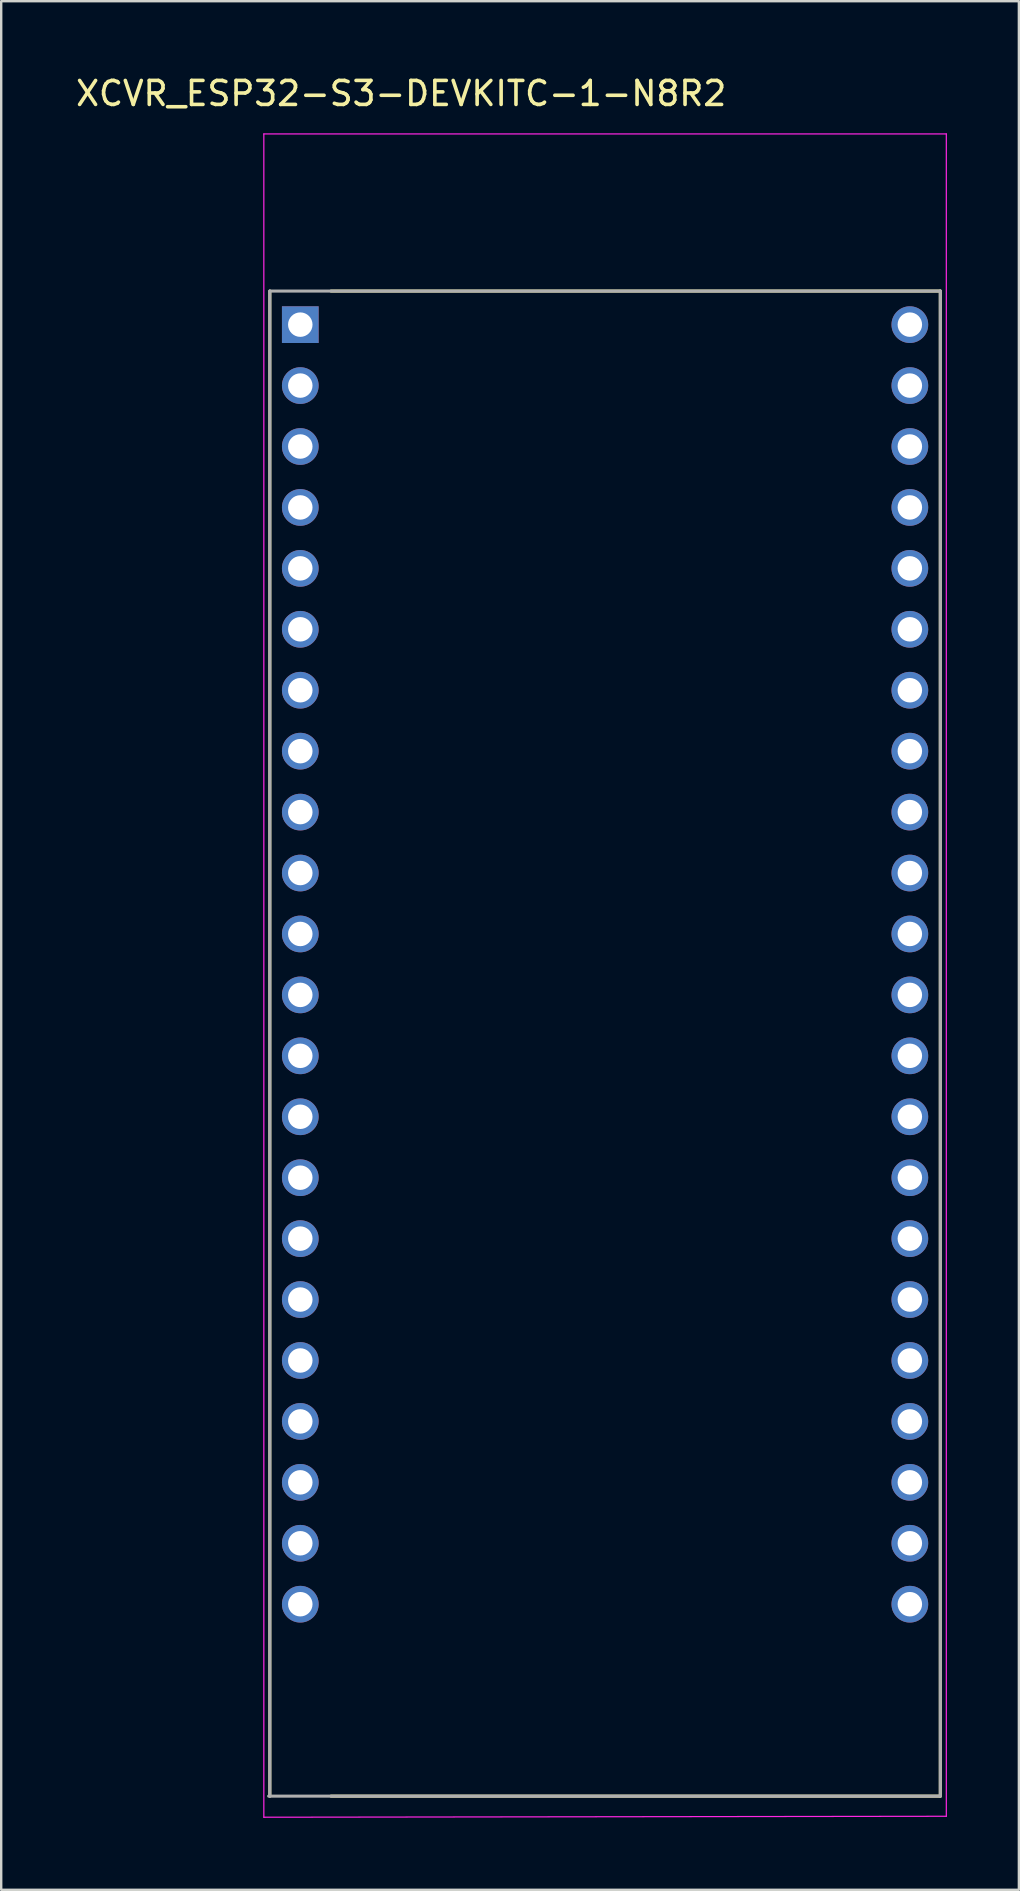
<source format=kicad_pcb>
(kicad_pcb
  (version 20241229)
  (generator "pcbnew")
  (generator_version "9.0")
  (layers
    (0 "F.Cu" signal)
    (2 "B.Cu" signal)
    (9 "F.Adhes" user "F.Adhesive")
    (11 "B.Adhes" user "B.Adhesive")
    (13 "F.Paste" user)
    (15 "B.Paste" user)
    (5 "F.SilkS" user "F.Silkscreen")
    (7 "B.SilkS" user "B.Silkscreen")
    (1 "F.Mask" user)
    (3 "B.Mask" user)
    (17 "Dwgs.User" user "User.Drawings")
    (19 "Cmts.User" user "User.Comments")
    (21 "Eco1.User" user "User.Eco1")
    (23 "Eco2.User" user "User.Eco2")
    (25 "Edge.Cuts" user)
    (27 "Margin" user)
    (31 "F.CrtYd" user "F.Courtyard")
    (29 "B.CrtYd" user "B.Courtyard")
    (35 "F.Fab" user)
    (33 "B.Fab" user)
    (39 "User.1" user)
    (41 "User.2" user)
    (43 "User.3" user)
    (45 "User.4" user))
  (footprint "XCVR_ESP32-S3-DEVKITC-1-N8R2"
    (layer "F.Cu")
    (at 23.448 40.453)
    (property "Reference" "XCVR_ESP32-S3-DEVKITC-1-N8R2" (at -9.775 -39.605 0) (layer "F.SilkS") (effects (font (size 1 1) (thickness 0.15))))
    (attr through_hole)
    (fp_line (start -15.25 31.37) (end -15.25 -31.37) (stroke (width 0.127) (type solid)) (layer "F.SilkS"))
    (fp_line (start -12.7 -31.37) (end 12.7 -31.37) (stroke (width 0.127) (type solid)) (layer "F.SilkS"))
    (fp_line (start 12.7 -31.37) (end 12.7 31.37) (stroke (width 0.127) (type solid)) (layer "F.SilkS"))
    (fp_line (start 12.7 31.37) (end -12.7 31.37) (stroke (width 0.127) (type solid)) (layer "F.SilkS"))
    (fp_circle (center -13.716 -29.972) (end -13.616 -29.972) (stroke (width 0.2) (type solid)) (fill no) (layer "F.SilkS"))
    (fp_line (start -15.5 -37.92) (end -15.5 32.25) (stroke (width 0.05) (type solid)) (layer "F.CrtYd"))
    (fp_line (start -15.5 32.25) (end 12.95 32.21) (stroke (width 0.05) (type solid)) (layer "F.CrtYd"))
    (fp_line (start 12.95 -37.92) (end -15.5 -37.92) (stroke (width 0.05) (type solid)) (layer "F.CrtYd"))
    (fp_line (start 12.95 32.21) (end 12.95 -37.92) (stroke (width 0.05) (type solid)) (layer "F.CrtYd"))
    (fp_line (start -15.25 -31.37) (end 12.7 -31.37) (stroke (width 0.127) (type solid)) (layer "F.Fab"))
    (fp_line (start -15.25 31.37) (end -15.25 -31.37) (stroke (width 0.127) (type solid)) (layer "F.Fab"))
    (fp_line (start 12.7 -31.37) (end 12.7 31.37) (stroke (width 0.127) (type solid)) (layer "F.Fab"))
    (fp_line (start 12.7 31.37) (end -15.3 31.37) (stroke (width 0.127) (type solid)) (layer "F.Fab"))
    (fp_circle (center -13.716 -29.972) (end -13.616 -29.972) (stroke (width 0.2) (type solid)) (fill no) (layer "F.Fab"))
    (pad "J1_1" thru_hole rect (at -13.98 -29.97) (size 1.53 1.53) (drill 1.02) (layers "*.Cu" "*.Mask"))
    (pad "J1_2" thru_hole circle (at -13.98 -27.43) (size 1.53 1.53) (drill 1.02) (layers "*.Cu" "*.Mask"))
    (pad "J1_3" thru_hole circle (at -13.98 -24.89) (size 1.53 1.53) (drill 1.02) (layers "*.Cu" "*.Mask"))
    (pad "J1_4" thru_hole circle (at -13.98 -22.35) (size 1.53 1.53) (drill 1.02) (layers "*.Cu" "*.Mask"))
    (pad "J1_5" thru_hole circle (at -13.98 -19.81) (size 1.53 1.53) (drill 1.02) (layers "*.Cu" "*.Mask"))
    (pad "J1_6" thru_hole circle (at -13.98 -17.27) (size 1.53 1.53) (drill 1.02) (layers "*.Cu" "*.Mask"))
    (pad "J1_7" thru_hole circle (at -13.98 -14.73) (size 1.53 1.53) (drill 1.02) (layers "*.Cu" "*.Mask"))
    (pad "J1_8" thru_hole circle (at -13.98 -12.19) (size 1.53 1.53) (drill 1.02) (layers "*.Cu" "*.Mask"))
    (pad "J1_9" thru_hole circle (at -13.98 -9.65) (size 1.53 1.53) (drill 1.02) (layers "*.Cu" "*.Mask"))
    (pad "J1_10" thru_hole circle (at -13.98 -7.11) (size 1.53 1.53) (drill 1.02) (layers "*.Cu" "*.Mask"))
    (pad "J1_11" thru_hole circle (at -13.98 -4.57) (size 1.53 1.53) (drill 1.02) (layers "*.Cu" "*.Mask"))
    (pad "J1_12" thru_hole circle (at -13.98 -2.03) (size 1.53 1.53) (drill 1.02) (layers "*.Cu" "*.Mask"))
    (pad "J1_13" thru_hole circle (at -13.98 0.51) (size 1.53 1.53) (drill 1.02) (layers "*.Cu" "*.Mask"))
    (pad "J1_14" thru_hole circle (at -13.98 3.05) (size 1.53 1.53) (drill 1.02) (layers "*.Cu" "*.Mask"))
    (pad "J1_15" thru_hole circle (at -13.98 5.59) (size 1.53 1.53) (drill 1.02) (layers "*.Cu" "*.Mask"))
    (pad "J1_16" thru_hole circle (at -13.98 8.13) (size 1.53 1.53) (drill 1.02) (layers "*.Cu" "*.Mask"))
    (pad "J1_17" thru_hole circle (at -13.98 10.67) (size 1.53 1.53) (drill 1.02) (layers "*.Cu" "*.Mask"))
    (pad "J1_18" thru_hole circle (at -13.98 13.21) (size 1.53 1.53) (drill 1.02) (layers "*.Cu" "*.Mask"))
    (pad "J1_19" thru_hole circle (at -13.98 15.75) (size 1.53 1.53) (drill 1.02) (layers "*.Cu" "*.Mask"))
    (pad "J1_20" thru_hole circle (at -13.98 18.29) (size 1.53 1.53) (drill 1.02) (layers "*.Cu" "*.Mask"))
    (pad "J1_21" thru_hole circle (at -13.98 20.83) (size 1.53 1.53) (drill 1.02) (layers "*.Cu" "*.Mask"))
    (pad "J1_22" thru_hole circle (at -13.98 23.37) (size 1.53 1.53) (drill 1.02) (layers "*.Cu" "*.Mask"))
    (pad "J3_1" thru_hole circle (at 11.43 -29.97) (size 1.53 1.53) (drill 1.02) (layers "*.Cu" "*.Mask"))
    (pad "J3_2" thru_hole circle (at 11.43 -27.43) (size 1.53 1.53) (drill 1.02) (layers "*.Cu" "*.Mask"))
    (pad "J3_3" thru_hole circle (at 11.43 -24.89) (size 1.53 1.53) (drill 1.02) (layers "*.Cu" "*.Mask"))
    (pad "J3_4" thru_hole circle (at 11.43 -22.35) (size 1.53 1.53) (drill 1.02) (layers "*.Cu" "*.Mask"))
    (pad "J3_5" thru_hole circle (at 11.43 -19.81) (size 1.53 1.53) (drill 1.02) (layers "*.Cu" "*.Mask"))
    (pad "J3_6" thru_hole circle (at 11.43 -17.27) (size 1.53 1.53) (drill 1.02) (layers "*.Cu" "*.Mask"))
    (pad "J3_7" thru_hole circle (at 11.43 -14.73) (size 1.53 1.53) (drill 1.02) (layers "*.Cu" "*.Mask"))
    (pad "J3_8" thru_hole circle (at 11.43 -12.19) (size 1.53 1.53) (drill 1.02) (layers "*.Cu" "*.Mask"))
    (pad "J3_9" thru_hole circle (at 11.43 -9.65) (size 1.53 1.53) (drill 1.02) (layers "*.Cu" "*.Mask"))
    (pad "J3_10" thru_hole circle (at 11.43 -7.11) (size 1.53 1.53) (drill 1.02) (layers "*.Cu" "*.Mask"))
    (pad "J3_11" thru_hole circle (at 11.43 -4.57) (size 1.53 1.53) (drill 1.02) (layers "*.Cu" "*.Mask"))
    (pad "J3_12" thru_hole circle (at 11.43 -2.03) (size 1.53 1.53) (drill 1.02) (layers "*.Cu" "*.Mask"))
    (pad "J3_13" thru_hole circle (at 11.43 0.51) (size 1.53 1.53) (drill 1.02) (layers "*.Cu" "*.Mask"))
    (pad "J3_14" thru_hole circle (at 11.43 3.05) (size 1.53 1.53) (drill 1.02) (layers "*.Cu" "*.Mask"))
    (pad "J3_15" thru_hole circle (at 11.43 5.59) (size 1.53 1.53) (drill 1.02) (layers "*.Cu" "*.Mask"))
    (pad "J3_16" thru_hole circle (at 11.43 8.13) (size 1.53 1.53) (drill 1.02) (layers "*.Cu" "*.Mask"))
    (pad "J3_17" thru_hole circle (at 11.43 10.67) (size 1.53 1.53) (drill 1.02) (layers "*.Cu" "*.Mask"))
    (pad "J3_18" thru_hole circle (at 11.43 13.21) (size 1.53 1.53) (drill 1.02) (layers "*.Cu" "*.Mask"))
    (pad "J3_19" thru_hole circle (at 11.43 15.75) (size 1.53 1.53) (drill 1.02) (layers "*.Cu" "*.Mask"))
    (pad "J3_20" thru_hole circle (at 11.43 18.29) (size 1.53 1.53) (drill 1.02) (layers "*.Cu" "*.Mask"))
    (pad "J3_21" thru_hole circle (at 11.43 20.83) (size 1.53 1.53) (drill 1.02) (layers "*.Cu" "*.Mask"))
    (pad "J3_22" thru_hole circle (at 11.43 23.37) (size 1.53 1.53) (drill 1.02) (layers "*.Cu" "*.Mask")))
  (gr_rect
    (start -3 -3)
    (end 39.423 75.728)
    (stroke (width 0.1) (type default))
    (fill no)
    (layer "Edge.Cuts")))
</source>
